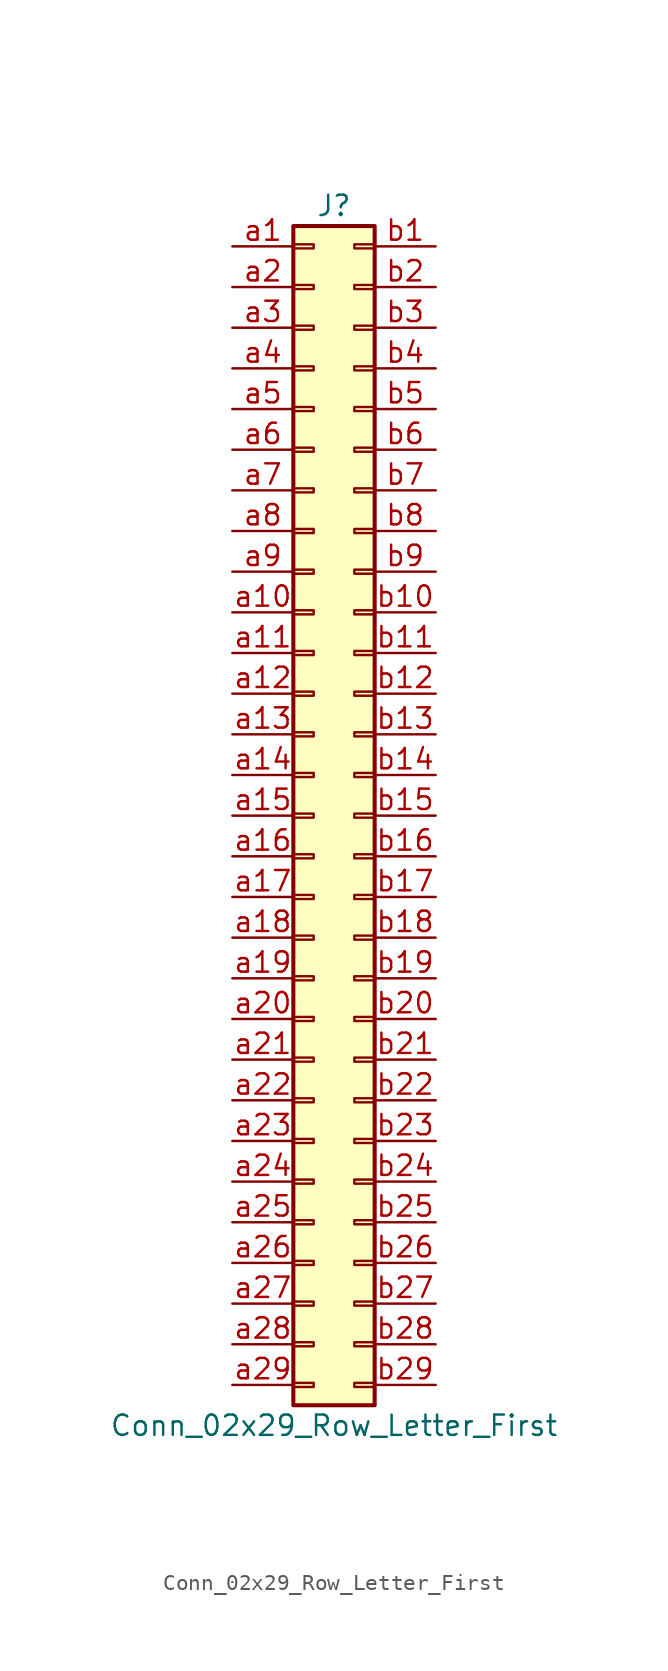
<source format=kicad_sym>
(kicad_symbol_lib
  (version 20211014)
  (generator kicad_symbol_editor)
  (symbol "Conn_02x29_Row_Letter_First"
    (pin_names
      (offset 1.016) hide)
    (property "Reference" "J"
      (at 1.27 38.1 0)
      (effects (font (size 1.27 1.27))))
    (property "Value" "Conn_02x29_Row_Letter_First"
      (at 1.27 -38.1 0)
      (effects (font (size 1.27 1.27))))
    (symbol "Conn_02x29_Row_Letter_First_1_1"
      (rectangle (start -1.27 -35.433) (end 0 -35.687) (stroke (width 0.152) (type default) (color 0 0 0 0)) (fill (type none)))
      (rectangle (start -1.27 -32.893) (end 0 -33.147) (stroke (width 0.152) (type default) (color 0 0 0 0)) (fill (type none)))
      (rectangle (start -1.27 -30.353) (end 0 -30.607) (stroke (width 0.152) (type default) (color 0 0 0 0)) (fill (type none)))
      (rectangle (start -1.27 -27.813) (end 0 -28.067) (stroke (width 0.152) (type default) (color 0 0 0 0)) (fill (type none)))
      (rectangle (start -1.27 -25.273) (end 0 -25.527) (stroke (width 0.152) (type default) (color 0 0 0 0)) (fill (type none)))
      (rectangle (start -1.27 -22.733) (end 0 -22.987) (stroke (width 0.152) (type default) (color 0 0 0 0)) (fill (type none)))
      (rectangle (start -1.27 -20.193) (end 0 -20.447) (stroke (width 0.152) (type default) (color 0 0 0 0)) (fill (type none)))
      (rectangle (start -1.27 -17.653) (end 0 -17.907) (stroke (width 0.152) (type default) (color 0 0 0 0)) (fill (type none)))
      (rectangle (start -1.27 -15.113) (end 0 -15.367) (stroke (width 0.152) (type default) (color 0 0 0 0)) (fill (type none)))
      (rectangle (start -1.27 -12.573) (end 0 -12.827) (stroke (width 0.152) (type default) (color 0 0 0 0)) (fill (type none)))
      (rectangle (start -1.27 -10.033) (end 0 -10.287) (stroke (width 0.152) (type default) (color 0 0 0 0)) (fill (type none)))
      (rectangle (start -1.27 -7.493) (end 0 -7.747) (stroke (width 0.152) (type default) (color 0 0 0 0)) (fill (type none)))
      (rectangle (start -1.27 -4.953) (end 0 -5.207) (stroke (width 0.152) (type default) (color 0 0 0 0)) (fill (type none)))
      (rectangle (start -1.27 -2.413) (end 0 -2.667) (stroke (width 0.152) (type default) (color 0 0 0 0)) (fill (type none)))
      (rectangle (start -1.27 0.127) (end 0 -0.127) (stroke (width 0.152) (type default) (color 0 0 0 0)) (fill (type none)))
      (rectangle (start -1.27 2.667) (end 0 2.413) (stroke (width 0.152) (type default) (color 0 0 0 0)) (fill (type none)))
      (rectangle (start -1.27 5.207) (end 0 4.953) (stroke (width 0.152) (type default) (color 0 0 0 0)) (fill (type none)))
      (rectangle (start -1.27 7.747) (end 0 7.493) (stroke (width 0.152) (type default) (color 0 0 0 0)) (fill (type none)))
      (rectangle (start -1.27 10.287) (end 0 10.033) (stroke (width 0.152) (type default) (color 0 0 0 0)) (fill (type none)))
      (rectangle (start -1.27 12.827) (end 0 12.573) (stroke (width 0.152) (type default) (color 0 0 0 0)) (fill (type none)))
      (rectangle (start -1.27 15.367) (end 0 15.113) (stroke (width 0.152) (type default) (color 0 0 0 0)) (fill (type none)))
      (rectangle (start -1.27 17.907) (end 0 17.653) (stroke (width 0.152) (type default) (color 0 0 0 0)) (fill (type none)))
      (rectangle (start -1.27 20.447) (end 0 20.193) (stroke (width 0.152) (type default) (color 0 0 0 0)) (fill (type none)))
      (rectangle (start -1.27 22.987) (end 0 22.733) (stroke (width 0.152) (type default) (color 0 0 0 0)) (fill (type none)))
      (rectangle (start -1.27 25.527) (end 0 25.273) (stroke (width 0.152) (type default) (color 0 0 0 0)) (fill (type none)))
      (rectangle (start -1.27 28.067) (end 0 27.813) (stroke (width 0.152) (type default) (color 0 0 0 0)) (fill (type none)))
      (rectangle (start -1.27 30.607) (end 0 30.353) (stroke (width 0.152) (type default) (color 0 0 0 0)) (fill (type none)))
      (rectangle (start -1.27 33.147) (end 0 32.893) (stroke (width 0.152) (type default) (color 0 0 0 0)) (fill (type none)))
      (rectangle (start -1.27 35.687) (end 0 35.433) (stroke (width 0.152) (type default) (color 0 0 0 0)) (fill (type none)))
      (rectangle (start -1.27 36.83) (end 3.81 -36.83) (stroke (width 0.254) (type default) (color 0 0 0 0)) (fill (type background)))
      (rectangle (start 3.81 -35.433) (end 2.54 -35.687) (stroke (width 0.152) (type default) (color 0 0 0 0)) (fill (type none)))
      (rectangle (start 3.81 -32.893) (end 2.54 -33.147) (stroke (width 0.152) (type default) (color 0 0 0 0)) (fill (type none)))
      (rectangle (start 3.81 -30.353) (end 2.54 -30.607) (stroke (width 0.152) (type default) (color 0 0 0 0)) (fill (type none)))
      (rectangle (start 3.81 -27.813) (end 2.54 -28.067) (stroke (width 0.152) (type default) (color 0 0 0 0)) (fill (type none)))
      (rectangle (start 3.81 -25.273) (end 2.54 -25.527) (stroke (width 0.152) (type default) (color 0 0 0 0)) (fill (type none)))
      (rectangle (start 3.81 -22.733) (end 2.54 -22.987) (stroke (width 0.152) (type default) (color 0 0 0 0)) (fill (type none)))
      (rectangle (start 3.81 -20.193) (end 2.54 -20.447) (stroke (width 0.152) (type default) (color 0 0 0 0)) (fill (type none)))
      (rectangle (start 3.81 -17.653) (end 2.54 -17.907) (stroke (width 0.152) (type default) (color 0 0 0 0)) (fill (type none)))
      (rectangle (start 3.81 -15.113) (end 2.54 -15.367) (stroke (width 0.152) (type default) (color 0 0 0 0)) (fill (type none)))
      (rectangle (start 3.81 -12.573) (end 2.54 -12.827) (stroke (width 0.152) (type default) (color 0 0 0 0)) (fill (type none)))
      (rectangle (start 3.81 -10.033) (end 2.54 -10.287) (stroke (width 0.152) (type default) (color 0 0 0 0)) (fill (type none)))
      (rectangle (start 3.81 -7.493) (end 2.54 -7.747) (stroke (width 0.152) (type default) (color 0 0 0 0)) (fill (type none)))
      (rectangle (start 3.81 -4.953) (end 2.54 -5.207) (stroke (width 0.152) (type default) (color 0 0 0 0)) (fill (type none)))
      (rectangle (start 3.81 -2.413) (end 2.54 -2.667) (stroke (width 0.152) (type default) (color 0 0 0 0)) (fill (type none)))
      (rectangle (start 3.81 0.127) (end 2.54 -0.127) (stroke (width 0.152) (type default) (color 0 0 0 0)) (fill (type none)))
      (rectangle (start 3.81 2.667) (end 2.54 2.413) (stroke (width 0.152) (type default) (color 0 0 0 0)) (fill (type none)))
      (rectangle (start 3.81 5.207) (end 2.54 4.953) (stroke (width 0.152) (type default) (color 0 0 0 0)) (fill (type none)))
      (rectangle (start 3.81 7.747) (end 2.54 7.493) (stroke (width 0.152) (type default) (color 0 0 0 0)) (fill (type none)))
      (rectangle (start 3.81 10.287) (end 2.54 10.033) (stroke (width 0.152) (type default) (color 0 0 0 0)) (fill (type none)))
      (rectangle (start 3.81 12.827) (end 2.54 12.573) (stroke (width 0.152) (type default) (color 0 0 0 0)) (fill (type none)))
      (rectangle (start 3.81 15.367) (end 2.54 15.113) (stroke (width 0.152) (type default) (color 0 0 0 0)) (fill (type none)))
      (rectangle (start 3.81 17.907) (end 2.54 17.653) (stroke (width 0.152) (type default) (color 0 0 0 0)) (fill (type none)))
      (rectangle (start 3.81 20.447) (end 2.54 20.193) (stroke (width 0.152) (type default) (color 0 0 0 0)) (fill (type none)))
      (rectangle (start 3.81 22.987) (end 2.54 22.733) (stroke (width 0.152) (type default) (color 0 0 0 0)) (fill (type none)))
      (rectangle (start 3.81 25.527) (end 2.54 25.273) (stroke (width 0.152) (type default) (color 0 0 0 0)) (fill (type none)))
      (rectangle (start 3.81 28.067) (end 2.54 27.813) (stroke (width 0.152) (type default) (color 0 0 0 0)) (fill (type none)))
      (rectangle (start 3.81 30.607) (end 2.54 30.353) (stroke (width 0.152) (type default) (color 0 0 0 0)) (fill (type none)))
      (rectangle (start 3.81 33.147) (end 2.54 32.893) (stroke (width 0.152) (type default) (color 0 0 0 0)) (fill (type none)))
      (rectangle (start 3.81 35.687) (end 2.54 35.433) (stroke (width 0.152) (type default) (color 0 0 0 0)) (fill (type none)))
      (pin passive line (at -5.08 35.56 0) (length 3.81) (name "Pin_a1" (effects (font (size 1.27 1.27)))) (number "a1" (effects (font (size 1.27 1.27)))))
      (pin passive line (at -5.08 12.7 0) (length 3.81) (name "Pin_a10" (effects (font (size 1.27 1.27)))) (number "a10" (effects (font (size 1.27 1.27)))))
      (pin passive line (at -5.08 10.16 0) (length 3.81) (name "Pin_a11" (effects (font (size 1.27 1.27)))) (number "a11" (effects (font (size 1.27 1.27)))))
      (pin passive line (at -5.08 7.62 0) (length 3.81) (name "Pin_a12" (effects (font (size 1.27 1.27)))) (number "a12" (effects (font (size 1.27 1.27)))))
      (pin passive line (at -5.08 5.08 0) (length 3.81) (name "Pin_a13" (effects (font (size 1.27 1.27)))) (number "a13" (effects (font (size 1.27 1.27)))))
      (pin passive line (at -5.08 2.54 0) (length 3.81) (name "Pin_a14" (effects (font (size 1.27 1.27)))) (number "a14" (effects (font (size 1.27 1.27)))))
      (pin passive line (at -5.08 0 0) (length 3.81) (name "Pin_a15" (effects (font (size 1.27 1.27)))) (number "a15" (effects (font (size 1.27 1.27)))))
      (pin passive line (at -5.08 -2.54 0) (length 3.81) (name "Pin_a16" (effects (font (size 1.27 1.27)))) (number "a16" (effects (font (size 1.27 1.27)))))
      (pin passive line (at -5.08 -5.08 0) (length 3.81) (name "Pin_a17" (effects (font (size 1.27 1.27)))) (number "a17" (effects (font (size 1.27 1.27)))))
      (pin passive line (at -5.08 -7.62 0) (length 3.81) (name "Pin_a18" (effects (font (size 1.27 1.27)))) (number "a18" (effects (font (size 1.27 1.27)))))
      (pin passive line (at -5.08 -10.16 0) (length 3.81) (name "Pin_a19" (effects (font (size 1.27 1.27)))) (number "a19" (effects (font (size 1.27 1.27)))))
      (pin passive line (at -5.08 33.02 0) (length 3.81) (name "Pin_a2" (effects (font (size 1.27 1.27)))) (number "a2" (effects (font (size 1.27 1.27)))))
      (pin passive line (at -5.08 -12.7 0) (length 3.81) (name "Pin_a20" (effects (font (size 1.27 1.27)))) (number "a20" (effects (font (size 1.27 1.27)))))
      (pin passive line (at -5.08 -15.24 0) (length 3.81) (name "Pin_a21" (effects (font (size 1.27 1.27)))) (number "a21" (effects (font (size 1.27 1.27)))))
      (pin passive line (at -5.08 -17.78 0) (length 3.81) (name "Pin_a22" (effects (font (size 1.27 1.27)))) (number "a22" (effects (font (size 1.27 1.27)))))
      (pin passive line (at -5.08 -20.32 0) (length 3.81) (name "Pin_a23" (effects (font (size 1.27 1.27)))) (number "a23" (effects (font (size 1.27 1.27)))))
      (pin passive line (at -5.08 -22.86 0) (length 3.81) (name "Pin_a24" (effects (font (size 1.27 1.27)))) (number "a24" (effects (font (size 1.27 1.27)))))
      (pin passive line (at -5.08 -25.4 0) (length 3.81) (name "Pin_a25" (effects (font (size 1.27 1.27)))) (number "a25" (effects (font (size 1.27 1.27)))))
      (pin passive line (at -5.08 -27.94 0) (length 3.81) (name "Pin_a26" (effects (font (size 1.27 1.27)))) (number "a26" (effects (font (size 1.27 1.27)))))
      (pin passive line (at -5.08 -30.48 0) (length 3.81) (name "Pin_a27" (effects (font (size 1.27 1.27)))) (number "a27" (effects (font (size 1.27 1.27)))))
      (pin passive line (at -5.08 -33.02 0) (length 3.81) (name "Pin_a28" (effects (font (size 1.27 1.27)))) (number "a28" (effects (font (size 1.27 1.27)))))
      (pin passive line (at -5.08 -35.56 0) (length 3.81) (name "Pin_a29" (effects (font (size 1.27 1.27)))) (number "a29" (effects (font (size 1.27 1.27)))))
      (pin passive line (at -5.08 30.48 0) (length 3.81) (name "Pin_a3" (effects (font (size 1.27 1.27)))) (number "a3" (effects (font (size 1.27 1.27)))))
      (pin passive line (at -5.08 27.94 0) (length 3.81) (name "Pin_a4" (effects (font (size 1.27 1.27)))) (number "a4" (effects (font (size 1.27 1.27)))))
      (pin passive line (at -5.08 25.4 0) (length 3.81) (name "Pin_a5" (effects (font (size 1.27 1.27)))) (number "a5" (effects (font (size 1.27 1.27)))))
      (pin passive line (at -5.08 22.86 0) (length 3.81) (name "Pin_a6" (effects (font (size 1.27 1.27)))) (number "a6" (effects (font (size 1.27 1.27)))))
      (pin passive line (at -5.08 20.32 0) (length 3.81) (name "Pin_a7" (effects (font (size 1.27 1.27)))) (number "a7" (effects (font (size 1.27 1.27)))))
      (pin passive line (at -5.08 17.78 0) (length 3.81) (name "Pin_a8" (effects (font (size 1.27 1.27)))) (number "a8" (effects (font (size 1.27 1.27)))))
      (pin passive line (at -5.08 15.24 0) (length 3.81) (name "Pin_a9" (effects (font (size 1.27 1.27)))) (number "a9" (effects (font (size 1.27 1.27)))))
      (pin passive line (at 7.62 35.56 180) (length 3.81) (name "Pin_b1" (effects (font (size 1.27 1.27)))) (number "b1" (effects (font (size 1.27 1.27)))))
      (pin passive line (at 7.62 12.7 180) (length 3.81) (name "Pin_b10" (effects (font (size 1.27 1.27)))) (number "b10" (effects (font (size 1.27 1.27)))))
      (pin passive line (at 7.62 10.16 180) (length 3.81) (name "Pin_b11" (effects (font (size 1.27 1.27)))) (number "b11" (effects (font (size 1.27 1.27)))))
      (pin passive line (at 7.62 7.62 180) (length 3.81) (name "Pin_b12" (effects (font (size 1.27 1.27)))) (number "b12" (effects (font (size 1.27 1.27)))))
      (pin passive line (at 7.62 5.08 180) (length 3.81) (name "Pin_b13" (effects (font (size 1.27 1.27)))) (number "b13" (effects (font (size 1.27 1.27)))))
      (pin passive line (at 7.62 2.54 180) (length 3.81) (name "Pin_b14" (effects (font (size 1.27 1.27)))) (number "b14" (effects (font (size 1.27 1.27)))))
      (pin passive line (at 7.62 0 180) (length 3.81) (name "Pin_b15" (effects (font (size 1.27 1.27)))) (number "b15" (effects (font (size 1.27 1.27)))))
      (pin passive line (at 7.62 -2.54 180) (length 3.81) (name "Pin_b16" (effects (font (size 1.27 1.27)))) (number "b16" (effects (font (size 1.27 1.27)))))
      (pin passive line (at 7.62 -5.08 180) (length 3.81) (name "Pin_b17" (effects (font (size 1.27 1.27)))) (number "b17" (effects (font (size 1.27 1.27)))))
      (pin passive line (at 7.62 -7.62 180) (length 3.81) (name "Pin_b18" (effects (font (size 1.27 1.27)))) (number "b18" (effects (font (size 1.27 1.27)))))
      (pin passive line (at 7.62 -10.16 180) (length 3.81) (name "Pin_b19" (effects (font (size 1.27 1.27)))) (number "b19" (effects (font (size 1.27 1.27)))))
      (pin passive line (at 7.62 33.02 180) (length 3.81) (name "Pin_b2" (effects (font (size 1.27 1.27)))) (number "b2" (effects (font (size 1.27 1.27)))))
      (pin passive line (at 7.62 -12.7 180) (length 3.81) (name "Pin_b20" (effects (font (size 1.27 1.27)))) (number "b20" (effects (font (size 1.27 1.27)))))
      (pin passive line (at 7.62 -15.24 180) (length 3.81) (name "Pin_b21" (effects (font (size 1.27 1.27)))) (number "b21" (effects (font (size 1.27 1.27)))))
      (pin passive line (at 7.62 -17.78 180) (length 3.81) (name "Pin_b22" (effects (font (size 1.27 1.27)))) (number "b22" (effects (font (size 1.27 1.27)))))
      (pin passive line (at 7.62 -20.32 180) (length 3.81) (name "Pin_b23" (effects (font (size 1.27 1.27)))) (number "b23" (effects (font (size 1.27 1.27)))))
      (pin passive line (at 7.62 -22.86 180) (length 3.81) (name "Pin_b24" (effects (font (size 1.27 1.27)))) (number "b24" (effects (font (size 1.27 1.27)))))
      (pin passive line (at 7.62 -25.4 180) (length 3.81) (name "Pin_b25" (effects (font (size 1.27 1.27)))) (number "b25" (effects (font (size 1.27 1.27)))))
      (pin passive line (at 7.62 -27.94 180) (length 3.81) (name "Pin_b26" (effects (font (size 1.27 1.27)))) (number "b26" (effects (font (size 1.27 1.27)))))
      (pin passive line (at 7.62 -30.48 180) (length 3.81) (name "Pin_b27" (effects (font (size 1.27 1.27)))) (number "b27" (effects (font (size 1.27 1.27)))))
      (pin passive line (at 7.62 -33.02 180) (length 3.81) (name "Pin_b28" (effects (font (size 1.27 1.27)))) (number "b28" (effects (font (size 1.27 1.27)))))
      (pin passive line (at 7.62 -35.56 180) (length 3.81) (name "Pin_b29" (effects (font (size 1.27 1.27)))) (number "b29" (effects (font (size 1.27 1.27)))))
      (pin passive line (at 7.62 30.48 180) (length 3.81) (name "Pin_b3" (effects (font (size 1.27 1.27)))) (number "b3" (effects (font (size 1.27 1.27)))))
      (pin passive line (at 7.62 27.94 180) (length 3.81) (name "Pin_b4" (effects (font (size 1.27 1.27)))) (number "b4" (effects (font (size 1.27 1.27)))))
      (pin passive line (at 7.62 25.4 180) (length 3.81) (name "Pin_b5" (effects (font (size 1.27 1.27)))) (number "b5" (effects (font (size 1.27 1.27)))))
      (pin passive line (at 7.62 22.86 180) (length 3.81) (name "Pin_b6" (effects (font (size 1.27 1.27)))) (number "b6" (effects (font (size 1.27 1.27)))))
      (pin passive line (at 7.62 20.32 180) (length 3.81) (name "Pin_b7" (effects (font (size 1.27 1.27)))) (number "b7" (effects (font (size 1.27 1.27)))))
      (pin passive line (at 7.62 17.78 180) (length 3.81) (name "Pin_b8" (effects (font (size 1.27 1.27)))) (number "b8" (effects (font (size 1.27 1.27)))))
      (pin passive line (at 7.62 15.24 180) (length 3.81) (name "Pin_b9" (effects (font (size 1.27 1.27)))) (number "b9" (effects (font (size 1.27 1.27))))))))
</source>
